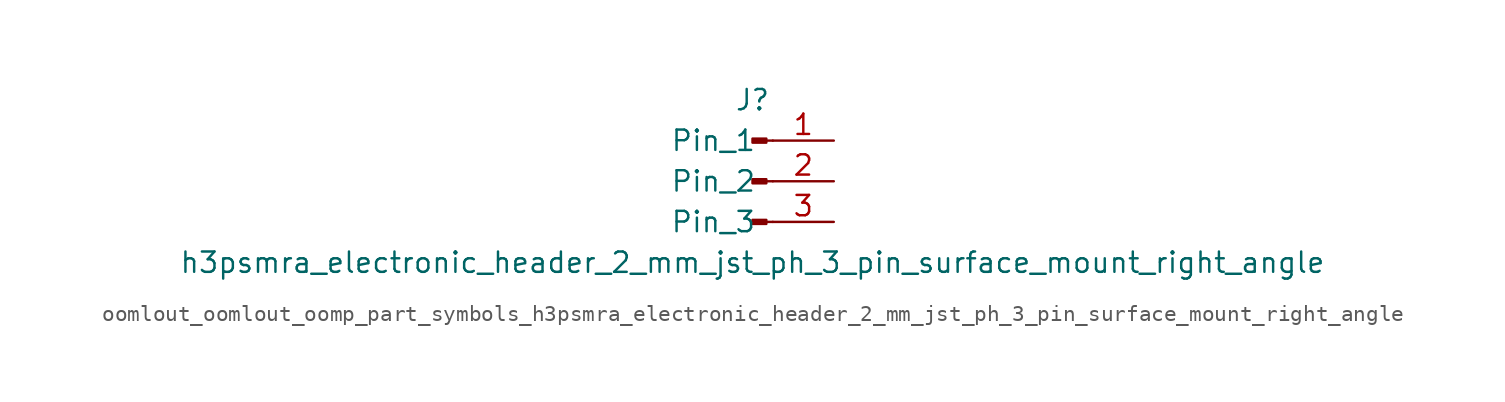
<source format=kicad_sym>
(kicad_symbol_lib
  (version 20220914)
  (generator kicad_symbol_editor)
  (symbol "oomlout_oomlout_oomp_part_symbols_h3psmra_electronic_header_2_mm_jst_ph_3_pin_surface_mount_right_angle"
    (pin_names
      (offset 1.016))
    (property "Reference" "J"
      (at 0 5.08 0)
      (effects (font (size 1.27 1.27))))
    (property "Value" "h3psmra_electronic_header_2_mm_jst_ph_3_pin_surface_mount_right_angle"
      (at 0 -5.08 0)
      (effects (font (size 1.27 1.27))))
    (property "ki_locked" ""
      (at 0 0 0)
      (effects (font (size 1.27 1.27))))
    (symbol "oomlout_oomlout_oomp_part_symbols_h3psmra_electronic_header_2_mm_jst_ph_3_pin_surface_mount_right_angle_1_1"
      (polyline (pts (xy 1.27 -2.54) (xy 0.864 -2.54)) (stroke (width 0.152) (type default)) (fill (type none)))
      (polyline (pts (xy 1.27 0) (xy 0.864 0)) (stroke (width 0.152) (type default)) (fill (type none)))
      (polyline (pts (xy 1.27 2.54) (xy 0.864 2.54)) (stroke (width 0.152) (type default)) (fill (type none)))
      (rectangle (start 0.864 -2.413) (end 0 -2.667) (stroke (width 0.152) (type default)) (fill (type outline)))
      (rectangle (start 0.864 0.127) (end 0 -0.127) (stroke (width 0.152) (type default)) (fill (type outline)))
      (rectangle (start 0.864 2.667) (end 0 2.413) (stroke (width 0.152) (type default)) (fill (type outline)))
      (pin passive line (at 5.08 2.54 180) (length 3.81) (name "Pin_1" (effects (font (size 1.27 1.27)))) (number "1" (effects (font (size 1.27 1.27)))))
      (pin passive line (at 5.08 0 180) (length 3.81) (name "Pin_2" (effects (font (size 1.27 1.27)))) (number "2" (effects (font (size 1.27 1.27)))))
      (pin passive line (at 5.08 -2.54 180) (length 3.81) (name "Pin_3" (effects (font (size 1.27 1.27)))) (number "3" (effects (font (size 1.27 1.27))))))))
</source>
